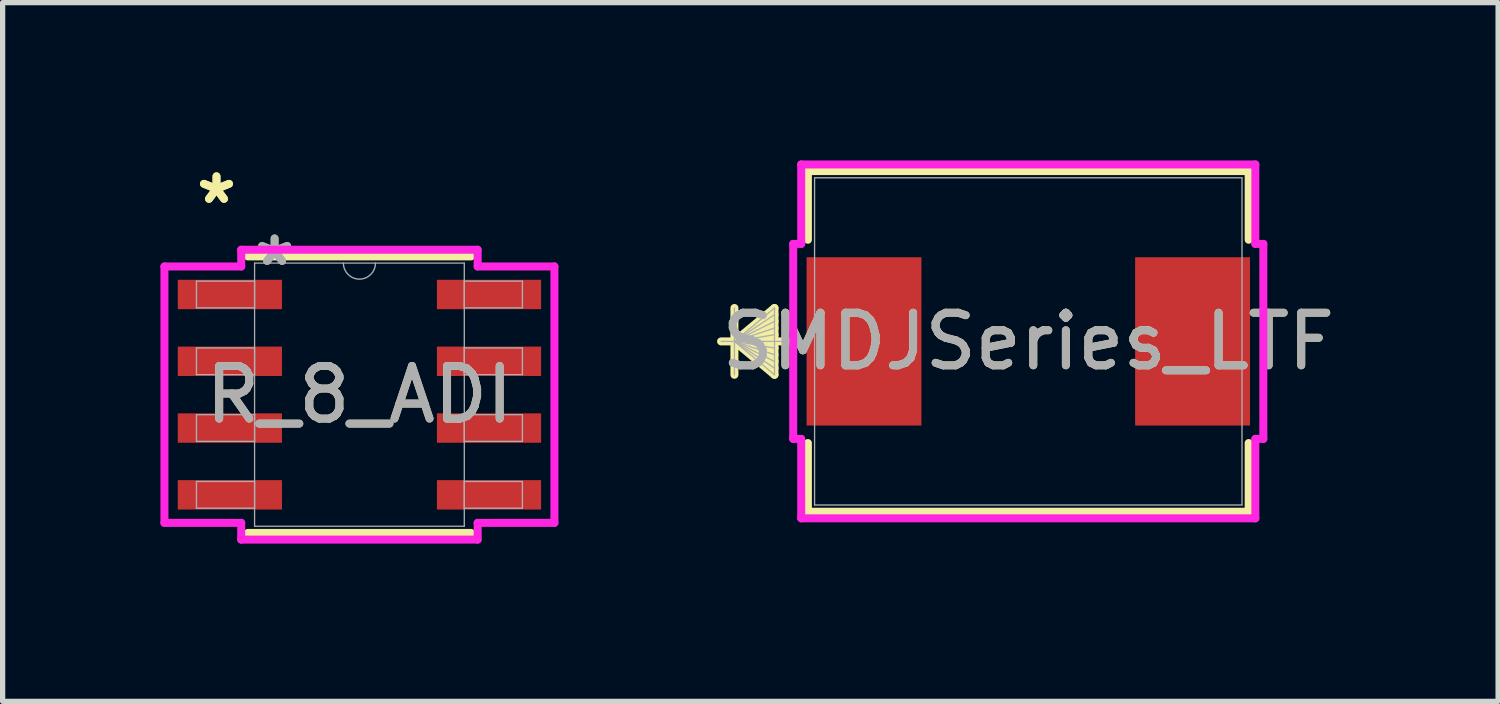
<source format=kicad_pcb>
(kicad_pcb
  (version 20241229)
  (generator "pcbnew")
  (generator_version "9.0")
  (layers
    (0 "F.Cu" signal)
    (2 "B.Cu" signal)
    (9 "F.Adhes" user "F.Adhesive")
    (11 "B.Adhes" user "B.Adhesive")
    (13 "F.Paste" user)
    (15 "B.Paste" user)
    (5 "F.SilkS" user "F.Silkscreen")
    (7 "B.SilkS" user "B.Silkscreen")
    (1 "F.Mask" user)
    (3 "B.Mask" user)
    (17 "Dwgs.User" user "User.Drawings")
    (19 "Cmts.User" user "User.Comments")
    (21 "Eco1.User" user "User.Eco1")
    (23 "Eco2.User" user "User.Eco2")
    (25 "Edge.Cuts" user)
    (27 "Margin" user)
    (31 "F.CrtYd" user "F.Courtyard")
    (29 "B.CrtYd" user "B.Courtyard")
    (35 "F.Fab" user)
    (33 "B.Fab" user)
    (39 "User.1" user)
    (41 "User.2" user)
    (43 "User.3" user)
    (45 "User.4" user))
  (footprint "SMDJSeries_LTF"
    (layer "F.Cu")
    (at 16.504 3.442)
    (property "Reference" "SMDJSeries_LTF" (at 0 0 0) (unlocked yes) (layer "F.SilkS") (effects (font (size 1 1) (thickness 0.15))))
    (attr smd)
    (fp_line (start -5.588 -0.635) (end -5.588 0.635) (stroke (width 0.152) (type solid)) (layer "F.SilkS"))
    (fp_line (start -5.588 0) (end -4.826 -0.635) (stroke (width 0.152) (type solid)) (layer "F.SilkS"))
    (fp_line (start -5.588 0) (end -4.826 -0.508) (stroke (width 0.152) (type solid)) (layer "F.SilkS"))
    (fp_line (start -5.588 0) (end -4.826 -0.381) (stroke (width 0.152) (type solid)) (layer "F.SilkS"))
    (fp_line (start -5.588 0) (end -4.826 -0.254) (stroke (width 0.152) (type solid)) (layer "F.SilkS"))
    (fp_line (start -5.588 0) (end -4.826 -0.127) (stroke (width 0.152) (type solid)) (layer "F.SilkS"))
    (fp_line (start -5.588 0) (end -4.826 0.127) (stroke (width 0.152) (type solid)) (layer "F.SilkS"))
    (fp_line (start -5.588 0) (end -4.826 0.254) (stroke (width 0.152) (type solid)) (layer "F.SilkS"))
    (fp_line (start -5.588 0) (end -4.826 0.381) (stroke (width 0.152) (type solid)) (layer "F.SilkS"))
    (fp_line (start -5.588 0) (end -4.826 0.508) (stroke (width 0.152) (type solid)) (layer "F.SilkS"))
    (fp_line (start -5.588 0) (end -4.826 0.635) (stroke (width 0.152) (type solid)) (layer "F.SilkS"))
    (fp_line (start -4.826 -0.635) (end -4.826 0.635) (stroke (width 0.152) (type solid)) (layer "F.SilkS"))
    (fp_line (start -4.572 0) (end -5.842 0) (stroke (width 0.152) (type solid)) (layer "F.SilkS"))
    (fp_line (start -4.191 -3.239) (end -4.191 -1.933) (stroke (width 0.152) (type solid)) (layer "F.SilkS"))
    (fp_line (start -4.191 1.933) (end -4.191 3.239) (stroke (width 0.152) (type solid)) (layer "F.SilkS"))
    (fp_line (start -4.191 3.239) (end 4.191 3.239) (stroke (width 0.152) (type solid)) (layer "F.SilkS"))
    (fp_line (start 4.191 -3.239) (end -4.191 -3.239) (stroke (width 0.152) (type solid)) (layer "F.SilkS"))
    (fp_line (start 4.191 -1.933) (end 4.191 -3.239) (stroke (width 0.152) (type solid)) (layer "F.SilkS"))
    (fp_line (start 4.191 3.239) (end 4.191 1.933) (stroke (width 0.152) (type solid)) (layer "F.SilkS"))
    (fp_line (start -4.47 -1.854) (end -4.318 -1.854) (stroke (width 0.152) (type solid)) (layer "F.CrtYd"))
    (fp_line (start -4.47 1.854) (end -4.47 -1.854) (stroke (width 0.152) (type solid)) (layer "F.CrtYd"))
    (fp_line (start -4.318 -3.365) (end 4.318 -3.365) (stroke (width 0.152) (type solid)) (layer "F.CrtYd"))
    (fp_line (start -4.318 -1.854) (end -4.318 -3.365) (stroke (width 0.152) (type solid)) (layer "F.CrtYd"))
    (fp_line (start -4.318 1.854) (end -4.47 1.854) (stroke (width 0.152) (type solid)) (layer "F.CrtYd"))
    (fp_line (start -4.318 3.365) (end -4.318 1.854) (stroke (width 0.152) (type solid)) (layer "F.CrtYd"))
    (fp_line (start 4.318 -3.365) (end 4.318 -1.854) (stroke (width 0.152) (type solid)) (layer "F.CrtYd"))
    (fp_line (start 4.318 -1.854) (end 4.47 -1.854) (stroke (width 0.152) (type solid)) (layer "F.CrtYd"))
    (fp_line (start 4.318 1.854) (end 4.318 3.365) (stroke (width 0.152) (type solid)) (layer "F.CrtYd"))
    (fp_line (start 4.318 3.365) (end -4.318 3.365) (stroke (width 0.152) (type solid)) (layer "F.CrtYd"))
    (fp_line (start 4.47 -1.854) (end 4.47 1.854) (stroke (width 0.152) (type solid)) (layer "F.CrtYd"))
    (fp_line (start 4.47 1.854) (end 4.318 1.854) (stroke (width 0.152) (type solid)) (layer "F.CrtYd"))
    (fp_line (start -5.588 -0.635) (end -5.588 0.635) (stroke (width 0.025) (type solid)) (layer "F.Fab"))
    (fp_line (start -5.588 0) (end -4.826 -0.635) (stroke (width 0.025) (type solid)) (layer "F.Fab"))
    (fp_line (start -5.588 0) (end -4.826 -0.508) (stroke (width 0.025) (type solid)) (layer "F.Fab"))
    (fp_line (start -5.588 0) (end -4.826 -0.381) (stroke (width 0.025) (type solid)) (layer "F.Fab"))
    (fp_line (start -5.588 0) (end -4.826 -0.254) (stroke (width 0.025) (type solid)) (layer "F.Fab"))
    (fp_line (start -5.588 0) (end -4.826 -0.127) (stroke (width 0.025) (type solid)) (layer "F.Fab"))
    (fp_line (start -5.588 0) (end -4.826 0.127) (stroke (width 0.025) (type solid)) (layer "F.Fab"))
    (fp_line (start -5.588 0) (end -4.826 0.254) (stroke (width 0.025) (type solid)) (layer "F.Fab"))
    (fp_line (start -5.588 0) (end -4.826 0.381) (stroke (width 0.025) (type solid)) (layer "F.Fab"))
    (fp_line (start -5.588 0) (end -4.826 0.508) (stroke (width 0.025) (type solid)) (layer "F.Fab"))
    (fp_line (start -5.588 0) (end -4.826 0.635) (stroke (width 0.025) (type solid)) (layer "F.Fab"))
    (fp_line (start -4.826 -0.635) (end -4.826 0.635) (stroke (width 0.025) (type solid)) (layer "F.Fab"))
    (fp_line (start -4.572 0) (end -5.842 0) (stroke (width 0.025) (type solid)) (layer "F.Fab"))
    (fp_line (start -4.064 -3.111) (end -4.064 3.111) (stroke (width 0.025) (type solid)) (layer "F.Fab"))
    (fp_line (start -4.064 3.111) (end 4.064 3.111) (stroke (width 0.025) (type solid)) (layer "F.Fab"))
    (fp_line (start 4.064 -3.111) (end -4.064 -3.111) (stroke (width 0.025) (type solid)) (layer "F.Fab"))
    (fp_line (start 4.064 3.111) (end 4.064 -3.111) (stroke (width 0.025) (type solid)) (layer "F.Fab"))
    (fp_text user "${REFERENCE}" (at 0 0 0) (unlocked yes) (layer "F.Fab") (effects (font (size 1 1) (thickness 0.15))))
    (pad "1" smd rect (at -3.124 0 90) (size 3.2 2.184) (layers "F.Cu" "F.Mask" "F.Paste"))
    (pad "2" smd rect (at 3.124 0 90) (size 3.2 2.184) (layers "F.Cu" "F.Mask" "F.Paste"))
    (zone (net_name "") (layer "F.Cu") (hatch full 0.508) (connect_pads) (min_thickness 0.254) (filled_areas_thickness no) (keepout (tracks not_allowed) (vias not_allowed) (pads allowed) (copperpour not_allowed) (footprints allowed)) (placement (enabled no)) (fill) (polygon (pts (xy 12.491 0.381) (xy 20.517 0.381) (xy 20.517 1.791) (xy 12.491 1.791))))
    (zone (net_name "") (layer "F.Cu") (hatch full 0.508) (connect_pads) (min_thickness 0.254) (filled_areas_thickness no) (keepout (tracks not_allowed) (vias not_allowed) (pads allowed) (copperpour not_allowed) (footprints allowed)) (placement (enabled no)) (fill) (polygon (pts (xy 12.491 5.093) (xy 20.517 5.093) (xy 20.517 6.502) (xy 12.491 6.502))))
    (zone (net_name "") (layer "F.Cu") (hatch full 0.508) (connect_pads) (min_thickness 0.254) (filled_areas_thickness no) (keepout (tracks not_allowed) (vias not_allowed) (pads allowed) (copperpour not_allowed) (footprints allowed)) (placement (enabled no)) (fill) (polygon (pts (xy 14.523 1.791) (xy 18.485 1.791) (xy 18.485 5.093) (xy 14.523 5.093)))))
  (footprint "R_8_ADI"
    (layer "F.Cu")
    (at 3.785 4.455)
    (property "Reference" "R_8_ADI" (at 0 0 0) (unlocked yes) (layer "F.SilkS") (effects (font (size 1 1) (thickness 0.15))))
    (attr smd)
    (fp_line (start -2.121 2.629) (end 2.121 2.629) (stroke (width 0.152) (type solid)) (layer "F.SilkS"))
    (fp_line (start 2.121 -2.629) (end -2.121 -2.629) (stroke (width 0.152) (type solid)) (layer "F.SilkS"))
    (fp_line (start -3.708 -2.438) (end -2.248 -2.438) (stroke (width 0.152) (type solid)) (layer "F.CrtYd"))
    (fp_line (start -3.708 2.438) (end -3.708 -2.438) (stroke (width 0.152) (type solid)) (layer "F.CrtYd"))
    (fp_line (start -3.708 2.438) (end -2.248 2.438) (stroke (width 0.152) (type solid)) (layer "F.CrtYd"))
    (fp_line (start -2.248 -2.756) (end 2.248 -2.756) (stroke (width 0.152) (type solid)) (layer "F.CrtYd"))
    (fp_line (start -2.248 -2.438) (end -2.248 -2.756) (stroke (width 0.152) (type solid)) (layer "F.CrtYd"))
    (fp_line (start -2.248 2.756) (end -2.248 2.438) (stroke (width 0.152) (type solid)) (layer "F.CrtYd"))
    (fp_line (start 2.248 -2.756) (end 2.248 -2.438) (stroke (width 0.152) (type solid)) (layer "F.CrtYd"))
    (fp_line (start 2.248 2.438) (end 2.248 2.756) (stroke (width 0.152) (type solid)) (layer "F.CrtYd"))
    (fp_line (start 2.248 2.756) (end -2.248 2.756) (stroke (width 0.152) (type solid)) (layer "F.CrtYd"))
    (fp_line (start 3.708 -2.438) (end 2.248 -2.438) (stroke (width 0.152) (type solid)) (layer "F.CrtYd"))
    (fp_line (start 3.708 -2.438) (end 3.708 2.438) (stroke (width 0.152) (type solid)) (layer "F.CrtYd"))
    (fp_line (start 3.708 2.438) (end 2.248 2.438) (stroke (width 0.152) (type solid)) (layer "F.CrtYd"))
    (fp_line (start -3.099 -2.159) (end -3.099 -1.651) (stroke (width 0.025) (type solid)) (layer "F.Fab"))
    (fp_line (start -3.099 -1.651) (end -1.994 -1.651) (stroke (width 0.025) (type solid)) (layer "F.Fab"))
    (fp_line (start -3.099 -0.889) (end -3.099 -0.381) (stroke (width 0.025) (type solid)) (layer "F.Fab"))
    (fp_line (start -3.099 -0.381) (end -1.994 -0.381) (stroke (width 0.025) (type solid)) (layer "F.Fab"))
    (fp_line (start -3.099 0.381) (end -3.099 0.889) (stroke (width 0.025) (type solid)) (layer "F.Fab"))
    (fp_line (start -3.099 0.889) (end -1.994 0.889) (stroke (width 0.025) (type solid)) (layer "F.Fab"))
    (fp_line (start -3.099 1.651) (end -3.099 2.159) (stroke (width 0.025) (type solid)) (layer "F.Fab"))
    (fp_line (start -3.099 2.159) (end -1.994 2.159) (stroke (width 0.025) (type solid)) (layer "F.Fab"))
    (fp_line (start -1.994 -2.502) (end -1.994 2.502) (stroke (width 0.025) (type solid)) (layer "F.Fab"))
    (fp_line (start -1.994 -2.159) (end -3.099 -2.159) (stroke (width 0.025) (type solid)) (layer "F.Fab"))
    (fp_line (start -1.994 -1.651) (end -1.994 -2.159) (stroke (width 0.025) (type solid)) (layer "F.Fab"))
    (fp_line (start -1.994 -0.889) (end -3.099 -0.889) (stroke (width 0.025) (type solid)) (layer "F.Fab"))
    (fp_line (start -1.994 -0.381) (end -1.994 -0.889) (stroke (width 0.025) (type solid)) (layer "F.Fab"))
    (fp_line (start -1.994 0.381) (end -3.099 0.381) (stroke (width 0.025) (type solid)) (layer "F.Fab"))
    (fp_line (start -1.994 0.889) (end -1.994 0.381) (stroke (width 0.025) (type solid)) (layer "F.Fab"))
    (fp_line (start -1.994 1.651) (end -3.099 1.651) (stroke (width 0.025) (type solid)) (layer "F.Fab"))
    (fp_line (start -1.994 2.159) (end -1.994 1.651) (stroke (width 0.025) (type solid)) (layer "F.Fab"))
    (fp_line (start -1.994 2.502) (end 1.994 2.502) (stroke (width 0.025) (type solid)) (layer "F.Fab"))
    (fp_line (start 1.994 -2.502) (end -1.994 -2.502) (stroke (width 0.025) (type solid)) (layer "F.Fab"))
    (fp_line (start 1.994 -2.159) (end 1.994 -1.651) (stroke (width 0.025) (type solid)) (layer "F.Fab"))
    (fp_line (start 1.994 -1.651) (end 3.099 -1.651) (stroke (width 0.025) (type solid)) (layer "F.Fab"))
    (fp_line (start 1.994 -0.889) (end 1.994 -0.381) (stroke (width 0.025) (type solid)) (layer "F.Fab"))
    (fp_line (start 1.994 -0.381) (end 3.099 -0.381) (stroke (width 0.025) (type solid)) (layer "F.Fab"))
    (fp_line (start 1.994 0.381) (end 1.994 0.889) (stroke (width 0.025) (type solid)) (layer "F.Fab"))
    (fp_line (start 1.994 0.889) (end 3.099 0.889) (stroke (width 0.025) (type solid)) (layer "F.Fab"))
    (fp_line (start 1.994 1.651) (end 1.994 2.159) (stroke (width 0.025) (type solid)) (layer "F.Fab"))
    (fp_line (start 1.994 2.159) (end 3.099 2.159) (stroke (width 0.025) (type solid)) (layer "F.Fab"))
    (fp_line (start 1.994 2.502) (end 1.994 -2.502) (stroke (width 0.025) (type solid)) (layer "F.Fab"))
    (fp_line (start 3.099 -2.159) (end 1.994 -2.159) (stroke (width 0.025) (type solid)) (layer "F.Fab"))
    (fp_line (start 3.099 -1.651) (end 3.099 -2.159) (stroke (width 0.025) (type solid)) (layer "F.Fab"))
    (fp_line (start 3.099 -0.889) (end 1.994 -0.889) (stroke (width 0.025) (type solid)) (layer "F.Fab"))
    (fp_line (start 3.099 -0.381) (end 3.099 -0.889) (stroke (width 0.025) (type solid)) (layer "F.Fab"))
    (fp_line (start 3.099 0.381) (end 1.994 0.381) (stroke (width 0.025) (type solid)) (layer "F.Fab"))
    (fp_line (start 3.099 0.889) (end 3.099 0.381) (stroke (width 0.025) (type solid)) (layer "F.Fab"))
    (fp_line (start 3.099 1.651) (end 1.994 1.651) (stroke (width 0.025) (type solid)) (layer "F.Fab"))
    (fp_line (start 3.099 2.159) (end 3.099 1.651) (stroke (width 0.025) (type solid)) (layer "F.Fab"))
    (fp_arc (start 0.3048 -2.5019) (mid 0 -2.1971) (end -0.3048 -2.5019) (stroke (width 0.0254) (type solid)) (layer "F.Fab"))
    (fp_text user "*" (at -2.718 -3.607 0) (unlocked yes) (layer "F.SilkS") (effects (font (size 1 1) (thickness 0.15))))
    (fp_text user "*" (at -2.718 -3.607 0) (layer "F.SilkS") (effects (font (size 1 1) (thickness 0.15))))
    (fp_text user "*" (at -1.613 -2.426 0) (unlocked yes) (layer "F.Fab") (effects (font (size 1 1) (thickness 0.15))))
    (fp_text user "${REFERENCE}" (at 0 0 0) (unlocked yes) (layer "F.Fab") (effects (font (size 1 1) (thickness 0.15))))
    (fp_text user "*" (at -1.613 -2.426 0) (layer "F.Fab") (effects (font (size 1 1) (thickness 0.15))))
    (pad "1" smd rect (at -2.464 -1.905) (size 1.981 0.559) (layers "F.Cu" "F.Mask" "F.Paste"))
    (pad "2" smd rect (at -2.464 -0.635) (size 1.981 0.559) (layers "F.Cu" "F.Mask" "F.Paste"))
    (pad "3" smd rect (at -2.464 0.635) (size 1.981 0.559) (layers "F.Cu" "F.Mask" "F.Paste"))
    (pad "4" smd rect (at -2.464 1.905) (size 1.981 0.559) (layers "F.Cu" "F.Mask" "F.Paste"))
    (pad "5" smd rect (at 2.464 1.905) (size 1.981 0.559) (layers "F.Cu" "F.Mask" "F.Paste"))
    (pad "6" smd rect (at 2.464 0.635) (size 1.981 0.559) (layers "F.Cu" "F.Mask" "F.Paste"))
    (pad "7" smd rect (at 2.464 -0.635) (size 1.981 0.559) (layers "F.Cu" "F.Mask" "F.Paste"))
    (pad "8" smd rect (at 2.464 -1.905) (size 1.981 0.559) (layers "F.Cu" "F.Mask" "F.Paste")))
  (gr_rect
    (start -3 -3)
    (end 25.438 10.287)
    (stroke (width 0.1) (type default))
    (fill no)
    (layer "Edge.Cuts")))
</source>
